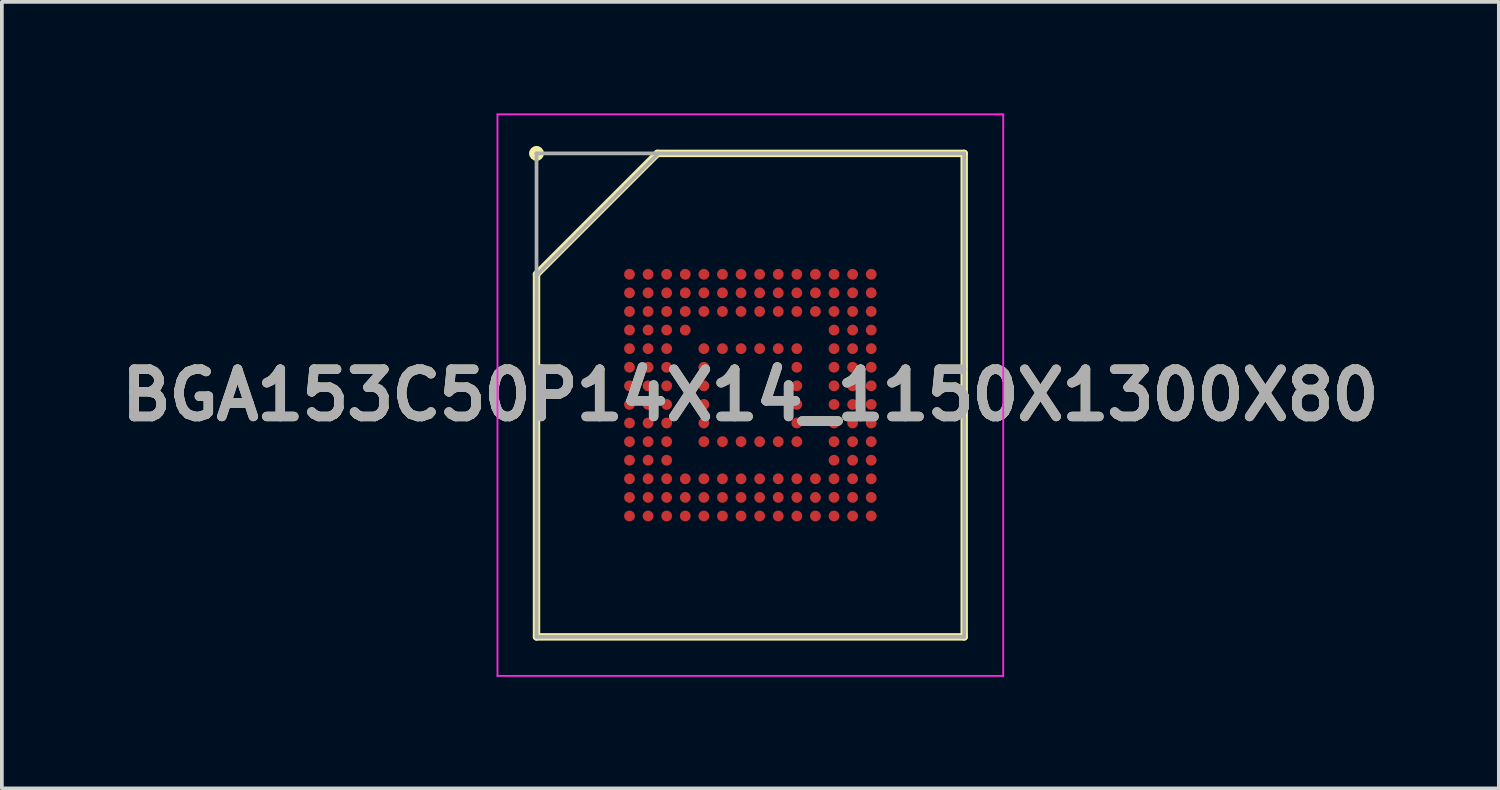
<source format=kicad_pcb>
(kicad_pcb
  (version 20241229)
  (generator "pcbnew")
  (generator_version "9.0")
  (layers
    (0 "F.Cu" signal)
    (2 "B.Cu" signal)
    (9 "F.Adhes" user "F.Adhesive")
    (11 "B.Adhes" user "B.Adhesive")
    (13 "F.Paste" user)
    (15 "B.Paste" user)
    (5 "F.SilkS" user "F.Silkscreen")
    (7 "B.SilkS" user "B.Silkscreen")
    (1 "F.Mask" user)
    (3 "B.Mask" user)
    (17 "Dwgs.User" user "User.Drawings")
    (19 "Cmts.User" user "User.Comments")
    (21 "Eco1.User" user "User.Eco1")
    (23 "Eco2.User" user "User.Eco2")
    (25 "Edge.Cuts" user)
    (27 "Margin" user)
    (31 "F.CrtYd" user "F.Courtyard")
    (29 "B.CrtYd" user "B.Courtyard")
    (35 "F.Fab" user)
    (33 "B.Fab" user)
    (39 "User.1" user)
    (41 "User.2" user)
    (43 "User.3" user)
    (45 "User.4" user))
  (footprint "BGA153C50P14X14_1150X1300X80"
    (layer "F.Cu")
    (at 17.127 7.575)
    (property "Reference" "BGA153C50P14X14_1150X1300X80" (at 0 0 0) (layer "F.SilkS") (effects (font (size 1.27 1.27) (thickness 0.254))))
    (attr smd)
    (fp_line (start -5.75 -3.25) (end -2.5 -6.5) (stroke (width 0.2) (type solid)) (layer "F.SilkS"))
    (fp_line (start -5.75 6.5) (end -5.75 -3.25) (stroke (width 0.2) (type solid)) (layer "F.SilkS"))
    (fp_line (start -2.5 -6.5) (end 5.75 -6.5) (stroke (width 0.2) (type solid)) (layer "F.SilkS"))
    (fp_line (start 5.75 -6.5) (end 5.75 6.5) (stroke (width 0.2) (type solid)) (layer "F.SilkS"))
    (fp_line (start 5.75 6.5) (end -5.75 6.5) (stroke (width 0.2) (type solid)) (layer "F.SilkS"))
    (fp_circle (center -5.75 -6.5) (end -5.75 -6.4) (stroke (width 0.2) (type solid)) (fill no) (layer "F.SilkS"))
    (fp_line (start -6.8 -7.55) (end 6.8 -7.55) (stroke (width 0.05) (type solid)) (layer "F.CrtYd"))
    (fp_line (start -6.8 7.55) (end -6.8 -7.55) (stroke (width 0.05) (type solid)) (layer "F.CrtYd"))
    (fp_line (start 6.8 -7.55) (end 6.8 7.55) (stroke (width 0.05) (type solid)) (layer "F.CrtYd"))
    (fp_line (start 6.8 7.55) (end -6.8 7.55) (stroke (width 0.05) (type solid)) (layer "F.CrtYd"))
    (fp_line (start -5.75 -6.5) (end 5.75 -6.5) (stroke (width 0.1) (type solid)) (layer "F.Fab"))
    (fp_line (start -5.75 -3.225) (end -2.475 -6.5) (stroke (width 0.1) (type solid)) (layer "F.Fab"))
    (fp_line (start -5.75 6.5) (end -5.75 -6.5) (stroke (width 0.1) (type solid)) (layer "F.Fab"))
    (fp_line (start 5.75 -6.5) (end 5.75 6.5) (stroke (width 0.1) (type solid)) (layer "F.Fab"))
    (fp_line (start 5.75 6.5) (end -5.75 6.5) (stroke (width 0.1) (type solid)) (layer "F.Fab"))
    (fp_text user "${REFERENCE}" (at 0 0 0) (layer "F.Fab") (effects (font (size 1.27 1.27) (thickness 0.254))))
    (pad "A1" smd circle (at -3.25 -3.25 90) (size 0.29 0.29) (layers "F.Cu" "F.Mask" "F.Paste"))
    (pad "A2" smd circle (at -2.75 -3.25 90) (size 0.29 0.29) (layers "F.Cu" "F.Mask" "F.Paste"))
    (pad "A3" smd circle (at -2.25 -3.25 90) (size 0.29 0.29) (layers "F.Cu" "F.Mask" "F.Paste"))
    (pad "A4" smd circle (at -1.75 -3.25 90) (size 0.29 0.29) (layers "F.Cu" "F.Mask" "F.Paste"))
    (pad "A5" smd circle (at -1.25 -3.25 90) (size 0.29 0.29) (layers "F.Cu" "F.Mask" "F.Paste"))
    (pad "A6" smd circle (at -0.75 -3.25 90) (size 0.29 0.29) (layers "F.Cu" "F.Mask" "F.Paste"))
    (pad "A7" smd circle (at -0.25 -3.25 90) (size 0.29 0.29) (layers "F.Cu" "F.Mask" "F.Paste"))
    (pad "A8" smd circle (at 0.25 -3.25 90) (size 0.29 0.29) (layers "F.Cu" "F.Mask" "F.Paste"))
    (pad "A9" smd circle (at 0.75 -3.25 90) (size 0.29 0.29) (layers "F.Cu" "F.Mask" "F.Paste"))
    (pad "A10" smd circle (at 1.25 -3.25 90) (size 0.29 0.29) (layers "F.Cu" "F.Mask" "F.Paste"))
    (pad "A11" smd circle (at 1.75 -3.25 90) (size 0.29 0.29) (layers "F.Cu" "F.Mask" "F.Paste"))
    (pad "A12" smd circle (at 2.25 -3.25 90) (size 0.29 0.29) (layers "F.Cu" "F.Mask" "F.Paste"))
    (pad "A13" smd circle (at 2.75 -3.25 90) (size 0.29 0.29) (layers "F.Cu" "F.Mask" "F.Paste"))
    (pad "A14" smd circle (at 3.25 -3.25 90) (size 0.29 0.29) (layers "F.Cu" "F.Mask" "F.Paste"))
    (pad "B1" smd circle (at -3.25 -2.75 90) (size 0.29 0.29) (layers "F.Cu" "F.Mask" "F.Paste"))
    (pad "B2" smd circle (at -2.75 -2.75 90) (size 0.29 0.29) (layers "F.Cu" "F.Mask" "F.Paste"))
    (pad "B3" smd circle (at -2.25 -2.75 90) (size 0.29 0.29) (layers "F.Cu" "F.Mask" "F.Paste"))
    (pad "B4" smd circle (at -1.75 -2.75 90) (size 0.29 0.29) (layers "F.Cu" "F.Mask" "F.Paste"))
    (pad "B5" smd circle (at -1.25 -2.75 90) (size 0.29 0.29) (layers "F.Cu" "F.Mask" "F.Paste"))
    (pad "B6" smd circle (at -0.75 -2.75 90) (size 0.29 0.29) (layers "F.Cu" "F.Mask" "F.Paste"))
    (pad "B7" smd circle (at -0.25 -2.75 90) (size 0.29 0.29) (layers "F.Cu" "F.Mask" "F.Paste"))
    (pad "B8" smd circle (at 0.25 -2.75 90) (size 0.29 0.29) (layers "F.Cu" "F.Mask" "F.Paste"))
    (pad "B9" smd circle (at 0.75 -2.75 90) (size 0.29 0.29) (layers "F.Cu" "F.Mask" "F.Paste"))
    (pad "B10" smd circle (at 1.25 -2.75 90) (size 0.29 0.29) (layers "F.Cu" "F.Mask" "F.Paste"))
    (pad "B11" smd circle (at 1.75 -2.75 90) (size 0.29 0.29) (layers "F.Cu" "F.Mask" "F.Paste"))
    (pad "B12" smd circle (at 2.25 -2.75 90) (size 0.29 0.29) (layers "F.Cu" "F.Mask" "F.Paste"))
    (pad "B13" smd circle (at 2.75 -2.75 90) (size 0.29 0.29) (layers "F.Cu" "F.Mask" "F.Paste"))
    (pad "B14" smd circle (at 3.25 -2.75 90) (size 0.29 0.29) (layers "F.Cu" "F.Mask" "F.Paste"))
    (pad "C1" smd circle (at -3.25 -2.25 90) (size 0.29 0.29) (layers "F.Cu" "F.Mask" "F.Paste"))
    (pad "C2" smd circle (at -2.75 -2.25 90) (size 0.29 0.29) (layers "F.Cu" "F.Mask" "F.Paste"))
    (pad "C3" smd circle (at -2.25 -2.25 90) (size 0.29 0.29) (layers "F.Cu" "F.Mask" "F.Paste"))
    (pad "C4" smd circle (at -1.75 -2.25 90) (size 0.29 0.29) (layers "F.Cu" "F.Mask" "F.Paste"))
    (pad "C5" smd circle (at -1.25 -2.25 90) (size 0.29 0.29) (layers "F.Cu" "F.Mask" "F.Paste"))
    (pad "C6" smd circle (at -0.75 -2.25 90) (size 0.29 0.29) (layers "F.Cu" "F.Mask" "F.Paste"))
    (pad "C7" smd circle (at -0.25 -2.25 90) (size 0.29 0.29) (layers "F.Cu" "F.Mask" "F.Paste"))
    (pad "C8" smd circle (at 0.25 -2.25 90) (size 0.29 0.29) (layers "F.Cu" "F.Mask" "F.Paste"))
    (pad "C9" smd circle (at 0.75 -2.25 90) (size 0.29 0.29) (layers "F.Cu" "F.Mask" "F.Paste"))
    (pad "C10" smd circle (at 1.25 -2.25 90) (size 0.29 0.29) (layers "F.Cu" "F.Mask" "F.Paste"))
    (pad "C11" smd circle (at 1.75 -2.25 90) (size 0.29 0.29) (layers "F.Cu" "F.Mask" "F.Paste"))
    (pad "C12" smd circle (at 2.25 -2.25 90) (size 0.29 0.29) (layers "F.Cu" "F.Mask" "F.Paste"))
    (pad "C13" smd circle (at 2.75 -2.25 90) (size 0.29 0.29) (layers "F.Cu" "F.Mask" "F.Paste"))
    (pad "C14" smd circle (at 3.25 -2.25 90) (size 0.29 0.29) (layers "F.Cu" "F.Mask" "F.Paste"))
    (pad "D1" smd circle (at -3.25 -1.75 90) (size 0.29 0.29) (layers "F.Cu" "F.Mask" "F.Paste"))
    (pad "D2" smd circle (at -2.75 -1.75 90) (size 0.29 0.29) (layers "F.Cu" "F.Mask" "F.Paste"))
    (pad "D3" smd circle (at -2.25 -1.75 90) (size 0.29 0.29) (layers "F.Cu" "F.Mask" "F.Paste"))
    (pad "D4" smd circle (at -1.75 -1.75 90) (size 0.29 0.29) (layers "F.Cu" "F.Mask" "F.Paste"))
    (pad "D12" smd circle (at 2.25 -1.75 90) (size 0.29 0.29) (layers "F.Cu" "F.Mask" "F.Paste"))
    (pad "D13" smd circle (at 2.75 -1.75 90) (size 0.29 0.29) (layers "F.Cu" "F.Mask" "F.Paste"))
    (pad "D14" smd circle (at 3.25 -1.75 90) (size 0.29 0.29) (layers "F.Cu" "F.Mask" "F.Paste"))
    (pad "E1" smd circle (at -3.25 -1.25 90) (size 0.29 0.29) (layers "F.Cu" "F.Mask" "F.Paste"))
    (pad "E2" smd circle (at -2.75 -1.25 90) (size 0.29 0.29) (layers "F.Cu" "F.Mask" "F.Paste"))
    (pad "E3" smd circle (at -2.25 -1.25 90) (size 0.29 0.29) (layers "F.Cu" "F.Mask" "F.Paste"))
    (pad "E5" smd circle (at -1.25 -1.25 90) (size 0.29 0.29) (layers "F.Cu" "F.Mask" "F.Paste"))
    (pad "E6" smd circle (at -0.75 -1.25 90) (size 0.29 0.29) (layers "F.Cu" "F.Mask" "F.Paste"))
    (pad "E7" smd circle (at -0.25 -1.25 90) (size 0.29 0.29) (layers "F.Cu" "F.Mask" "F.Paste"))
    (pad "E8" smd circle (at 0.25 -1.25 90) (size 0.29 0.29) (layers "F.Cu" "F.Mask" "F.Paste"))
    (pad "E9" smd circle (at 0.75 -1.25 90) (size 0.29 0.29) (layers "F.Cu" "F.Mask" "F.Paste"))
    (pad "E10" smd circle (at 1.25 -1.25 90) (size 0.29 0.29) (layers "F.Cu" "F.Mask" "F.Paste"))
    (pad "E12" smd circle (at 2.25 -1.25 90) (size 0.29 0.29) (layers "F.Cu" "F.Mask" "F.Paste"))
    (pad "E13" smd circle (at 2.75 -1.25 90) (size 0.29 0.29) (layers "F.Cu" "F.Mask" "F.Paste"))
    (pad "E14" smd circle (at 3.25 -1.25 90) (size 0.29 0.29) (layers "F.Cu" "F.Mask" "F.Paste"))
    (pad "F1" smd circle (at -3.25 -0.75 90) (size 0.29 0.29) (layers "F.Cu" "F.Mask" "F.Paste"))
    (pad "F2" smd circle (at -2.75 -0.75 90) (size 0.29 0.29) (layers "F.Cu" "F.Mask" "F.Paste"))
    (pad "F3" smd circle (at -2.25 -0.75 90) (size 0.29 0.29) (layers "F.Cu" "F.Mask" "F.Paste"))
    (pad "F5" smd circle (at -1.25 -0.75 90) (size 0.29 0.29) (layers "F.Cu" "F.Mask" "F.Paste"))
    (pad "F10" smd circle (at 1.25 -0.75 90) (size 0.29 0.29) (layers "F.Cu" "F.Mask" "F.Paste"))
    (pad "F12" smd circle (at 2.25 -0.75 90) (size 0.29 0.29) (layers "F.Cu" "F.Mask" "F.Paste"))
    (pad "F13" smd circle (at 2.75 -0.75 90) (size 0.29 0.29) (layers "F.Cu" "F.Mask" "F.Paste"))
    (pad "F14" smd circle (at 3.25 -0.75 90) (size 0.29 0.29) (layers "F.Cu" "F.Mask" "F.Paste"))
    (pad "G1" smd circle (at -3.25 -0.25 90) (size 0.29 0.29) (layers "F.Cu" "F.Mask" "F.Paste"))
    (pad "G2" smd circle (at -2.75 -0.25 90) (size 0.29 0.29) (layers "F.Cu" "F.Mask" "F.Paste"))
    (pad "G3" smd circle (at -2.25 -0.25 90) (size 0.29 0.29) (layers "F.Cu" "F.Mask" "F.Paste"))
    (pad "G5" smd circle (at -1.25 -0.25 90) (size 0.29 0.29) (layers "F.Cu" "F.Mask" "F.Paste"))
    (pad "G10" smd circle (at 1.25 -0.25 90) (size 0.29 0.29) (layers "F.Cu" "F.Mask" "F.Paste"))
    (pad "G12" smd circle (at 2.25 -0.25 90) (size 0.29 0.29) (layers "F.Cu" "F.Mask" "F.Paste"))
    (pad "G13" smd circle (at 2.75 -0.25 90) (size 0.29 0.29) (layers "F.Cu" "F.Mask" "F.Paste"))
    (pad "G14" smd circle (at 3.25 -0.25 90) (size 0.29 0.29) (layers "F.Cu" "F.Mask" "F.Paste"))
    (pad "H1" smd circle (at -3.25 0.25 90) (size 0.29 0.29) (layers "F.Cu" "F.Mask" "F.Paste"))
    (pad "H2" smd circle (at -2.75 0.25 90) (size 0.29 0.29) (layers "F.Cu" "F.Mask" "F.Paste"))
    (pad "H3" smd circle (at -2.25 0.25 90) (size 0.29 0.29) (layers "F.Cu" "F.Mask" "F.Paste"))
    (pad "H5" smd circle (at -1.25 0.25 90) (size 0.29 0.29) (layers "F.Cu" "F.Mask" "F.Paste"))
    (pad "H10" smd circle (at 1.25 0.25 90) (size 0.29 0.29) (layers "F.Cu" "F.Mask" "F.Paste"))
    (pad "H12" smd circle (at 2.25 0.25 90) (size 0.29 0.29) (layers "F.Cu" "F.Mask" "F.Paste"))
    (pad "H13" smd circle (at 2.75 0.25 90) (size 0.29 0.29) (layers "F.Cu" "F.Mask" "F.Paste"))
    (pad "H14" smd circle (at 3.25 0.25 90) (size 0.29 0.29) (layers "F.Cu" "F.Mask" "F.Paste"))
    (pad "J1" smd circle (at -3.25 0.75 90) (size 0.29 0.29) (layers "F.Cu" "F.Mask" "F.Paste"))
    (pad "J2" smd circle (at -2.75 0.75 90) (size 0.29 0.29) (layers "F.Cu" "F.Mask" "F.Paste"))
    (pad "J3" smd circle (at -2.25 0.75 90) (size 0.29 0.29) (layers "F.Cu" "F.Mask" "F.Paste"))
    (pad "J5" smd circle (at -1.25 0.75 90) (size 0.29 0.29) (layers "F.Cu" "F.Mask" "F.Paste"))
    (pad "J10" smd circle (at 1.25 0.75 90) (size 0.29 0.29) (layers "F.Cu" "F.Mask" "F.Paste"))
    (pad "J12" smd circle (at 2.25 0.75 90) (size 0.29 0.29) (layers "F.Cu" "F.Mask" "F.Paste"))
    (pad "J13" smd circle (at 2.75 0.75 90) (size 0.29 0.29) (layers "F.Cu" "F.Mask" "F.Paste"))
    (pad "J14" smd circle (at 3.25 0.75 90) (size 0.29 0.29) (layers "F.Cu" "F.Mask" "F.Paste"))
    (pad "K1" smd circle (at -3.25 1.25 90) (size 0.29 0.29) (layers "F.Cu" "F.Mask" "F.Paste"))
    (pad "K2" smd circle (at -2.75 1.25 90) (size 0.29 0.29) (layers "F.Cu" "F.Mask" "F.Paste"))
    (pad "K3" smd circle (at -2.25 1.25 90) (size 0.29 0.29) (layers "F.Cu" "F.Mask" "F.Paste"))
    (pad "K5" smd circle (at -1.25 1.25 90) (size 0.29 0.29) (layers "F.Cu" "F.Mask" "F.Paste"))
    (pad "K6" smd circle (at -0.75 1.25 90) (size 0.29 0.29) (layers "F.Cu" "F.Mask" "F.Paste"))
    (pad "K7" smd circle (at -0.25 1.25 90) (size 0.29 0.29) (layers "F.Cu" "F.Mask" "F.Paste"))
    (pad "K8" smd circle (at 0.25 1.25 90) (size 0.29 0.29) (layers "F.Cu" "F.Mask" "F.Paste"))
    (pad "K9" smd circle (at 0.75 1.25 90) (size 0.29 0.29) (layers "F.Cu" "F.Mask" "F.Paste"))
    (pad "K10" smd circle (at 1.25 1.25 90) (size 0.29 0.29) (layers "F.Cu" "F.Mask" "F.Paste"))
    (pad "K12" smd circle (at 2.25 1.25 90) (size 0.29 0.29) (layers "F.Cu" "F.Mask" "F.Paste"))
    (pad "K13" smd circle (at 2.75 1.25 90) (size 0.29 0.29) (layers "F.Cu" "F.Mask" "F.Paste"))
    (pad "K14" smd circle (at 3.25 1.25 90) (size 0.29 0.29) (layers "F.Cu" "F.Mask" "F.Paste"))
    (pad "L1" smd circle (at -3.25 1.75 90) (size 0.29 0.29) (layers "F.Cu" "F.Mask" "F.Paste"))
    (pad "L2" smd circle (at -2.75 1.75 90) (size 0.29 0.29) (layers "F.Cu" "F.Mask" "F.Paste"))
    (pad "L3" smd circle (at -2.25 1.75 90) (size 0.29 0.29) (layers "F.Cu" "F.Mask" "F.Paste"))
    (pad "L12" smd circle (at 2.25 1.75 90) (size 0.29 0.29) (layers "F.Cu" "F.Mask" "F.Paste"))
    (pad "L13" smd circle (at 2.75 1.75 90) (size 0.29 0.29) (layers "F.Cu" "F.Mask" "F.Paste"))
    (pad "L14" smd circle (at 3.25 1.75 90) (size 0.29 0.29) (layers "F.Cu" "F.Mask" "F.Paste"))
    (pad "M1" smd circle (at -3.25 2.25 90) (size 0.29 0.29) (layers "F.Cu" "F.Mask" "F.Paste"))
    (pad "M2" smd circle (at -2.75 2.25 90) (size 0.29 0.29) (layers "F.Cu" "F.Mask" "F.Paste"))
    (pad "M3" smd circle (at -2.25 2.25 90) (size 0.29 0.29) (layers "F.Cu" "F.Mask" "F.Paste"))
    (pad "M4" smd circle (at -1.75 2.25 90) (size 0.29 0.29) (layers "F.Cu" "F.Mask" "F.Paste"))
    (pad "M5" smd circle (at -1.25 2.25 90) (size 0.29 0.29) (layers "F.Cu" "F.Mask" "F.Paste"))
    (pad "M6" smd circle (at -0.75 2.25 90) (size 0.29 0.29) (layers "F.Cu" "F.Mask" "F.Paste"))
    (pad "M7" smd circle (at -0.25 2.25 90) (size 0.29 0.29) (layers "F.Cu" "F.Mask" "F.Paste"))
    (pad "M8" smd circle (at 0.25 2.25 90) (size 0.29 0.29) (layers "F.Cu" "F.Mask" "F.Paste"))
    (pad "M9" smd circle (at 0.75 2.25 90) (size 0.29 0.29) (layers "F.Cu" "F.Mask" "F.Paste"))
    (pad "M10" smd circle (at 1.25 2.25 90) (size 0.29 0.29) (layers "F.Cu" "F.Mask" "F.Paste"))
    (pad "M11" smd circle (at 1.75 2.25 90) (size 0.29 0.29) (layers "F.Cu" "F.Mask" "F.Paste"))
    (pad "M12" smd circle (at 2.25 2.25 90) (size 0.29 0.29) (layers "F.Cu" "F.Mask" "F.Paste"))
    (pad "M13" smd circle (at 2.75 2.25 90) (size 0.29 0.29) (layers "F.Cu" "F.Mask" "F.Paste"))
    (pad "M14" smd circle (at 3.25 2.25 90) (size 0.29 0.29) (layers "F.Cu" "F.Mask" "F.Paste"))
    (pad "N1" smd circle (at -3.25 2.75 90) (size 0.29 0.29) (layers "F.Cu" "F.Mask" "F.Paste"))
    (pad "N2" smd circle (at -2.75 2.75 90) (size 0.29 0.29) (layers "F.Cu" "F.Mask" "F.Paste"))
    (pad "N3" smd circle (at -2.25 2.75 90) (size 0.29 0.29) (layers "F.Cu" "F.Mask" "F.Paste"))
    (pad "N4" smd circle (at -1.75 2.75 90) (size 0.29 0.29) (layers "F.Cu" "F.Mask" "F.Paste"))
    (pad "N5" smd circle (at -1.25 2.75 90) (size 0.29 0.29) (layers "F.Cu" "F.Mask" "F.Paste"))
    (pad "N6" smd circle (at -0.75 2.75 90) (size 0.29 0.29) (layers "F.Cu" "F.Mask" "F.Paste"))
    (pad "N7" smd circle (at -0.25 2.75 90) (size 0.29 0.29) (layers "F.Cu" "F.Mask" "F.Paste"))
    (pad "N8" smd circle (at 0.25 2.75 90) (size 0.29 0.29) (layers "F.Cu" "F.Mask" "F.Paste"))
    (pad "N9" smd circle (at 0.75 2.75 90) (size 0.29 0.29) (layers "F.Cu" "F.Mask" "F.Paste"))
    (pad "N10" smd circle (at 1.25 2.75 90) (size 0.29 0.29) (layers "F.Cu" "F.Mask" "F.Paste"))
    (pad "N11" smd circle (at 1.75 2.75 90) (size 0.29 0.29) (layers "F.Cu" "F.Mask" "F.Paste"))
    (pad "N12" smd circle (at 2.25 2.75 90) (size 0.29 0.29) (layers "F.Cu" "F.Mask" "F.Paste"))
    (pad "N13" smd circle (at 2.75 2.75 90) (size 0.29 0.29) (layers "F.Cu" "F.Mask" "F.Paste"))
    (pad "N14" smd circle (at 3.25 2.75 90) (size 0.29 0.29) (layers "F.Cu" "F.Mask" "F.Paste"))
    (pad "P1" smd circle (at -3.25 3.25 90) (size 0.29 0.29) (layers "F.Cu" "F.Mask" "F.Paste"))
    (pad "P2" smd circle (at -2.75 3.25 90) (size 0.29 0.29) (layers "F.Cu" "F.Mask" "F.Paste"))
    (pad "P3" smd circle (at -2.25 3.25 90) (size 0.29 0.29) (layers "F.Cu" "F.Mask" "F.Paste"))
    (pad "P4" smd circle (at -1.75 3.25 90) (size 0.29 0.29) (layers "F.Cu" "F.Mask" "F.Paste"))
    (pad "P5" smd circle (at -1.25 3.25 90) (size 0.29 0.29) (layers "F.Cu" "F.Mask" "F.Paste"))
    (pad "P6" smd circle (at -0.75 3.25 90) (size 0.29 0.29) (layers "F.Cu" "F.Mask" "F.Paste"))
    (pad "P7" smd circle (at -0.25 3.25 90) (size 0.29 0.29) (layers "F.Cu" "F.Mask" "F.Paste"))
    (pad "P8" smd circle (at 0.25 3.25 90) (size 0.29 0.29) (layers "F.Cu" "F.Mask" "F.Paste"))
    (pad "P9" smd circle (at 0.75 3.25 90) (size 0.29 0.29) (layers "F.Cu" "F.Mask" "F.Paste"))
    (pad "P10" smd circle (at 1.25 3.25 90) (size 0.29 0.29) (layers "F.Cu" "F.Mask" "F.Paste"))
    (pad "P11" smd circle (at 1.75 3.25 90) (size 0.29 0.29) (layers "F.Cu" "F.Mask" "F.Paste"))
    (pad "P12" smd circle (at 2.25 3.25 90) (size 0.29 0.29) (layers "F.Cu" "F.Mask" "F.Paste"))
    (pad "P13" smd circle (at 2.75 3.25 90) (size 0.29 0.29) (layers "F.Cu" "F.Mask" "F.Paste"))
    (pad "P14" smd circle (at 3.25 3.25 90) (size 0.29 0.29) (layers "F.Cu" "F.Mask" "F.Paste")))
  (gr_rect
    (start -3 -3)
    (end 37.254 18.15)
    (stroke (width 0.1) (type default))
    (fill no)
    (layer "Edge.Cuts")))
</source>
